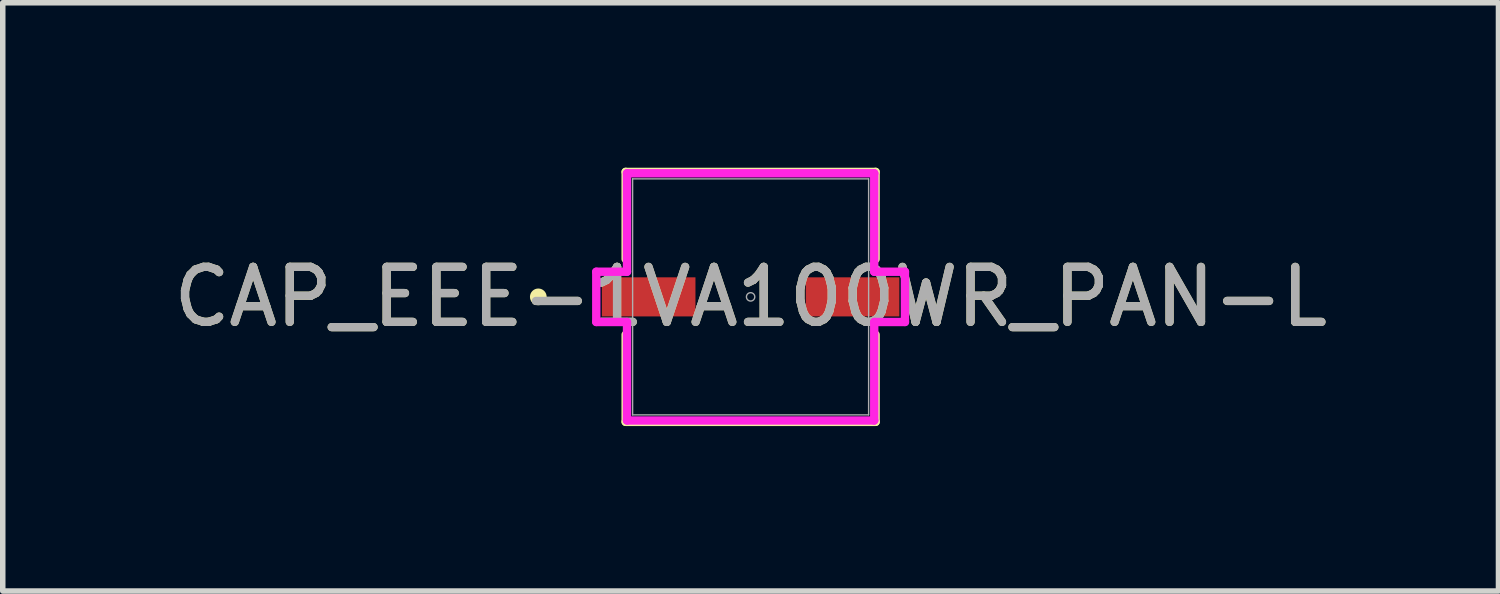
<source format=kicad_pcb>
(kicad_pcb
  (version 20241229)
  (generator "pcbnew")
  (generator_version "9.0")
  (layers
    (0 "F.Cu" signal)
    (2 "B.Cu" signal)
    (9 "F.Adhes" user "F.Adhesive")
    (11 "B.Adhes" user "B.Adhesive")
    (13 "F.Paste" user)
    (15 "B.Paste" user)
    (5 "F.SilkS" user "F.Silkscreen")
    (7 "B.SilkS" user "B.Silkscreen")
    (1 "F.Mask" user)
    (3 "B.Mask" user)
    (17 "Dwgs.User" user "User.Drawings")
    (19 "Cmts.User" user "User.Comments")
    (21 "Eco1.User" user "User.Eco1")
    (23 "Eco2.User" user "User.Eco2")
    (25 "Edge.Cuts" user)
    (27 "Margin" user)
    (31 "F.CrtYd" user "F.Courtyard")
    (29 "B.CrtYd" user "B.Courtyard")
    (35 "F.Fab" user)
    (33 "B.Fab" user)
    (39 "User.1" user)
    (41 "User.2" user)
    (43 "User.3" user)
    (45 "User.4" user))
  (footprint "CAP_EEE-1VA100WR_PAN-L"
    (layer "F.Cu")
    (at 10.601 2.349)
    (property "Reference" "CAP_EEE-1VA100WR_PAN-L" (at 0 0 0) (unlocked yes) (layer "F.SilkS") (effects (font (size 1 1) (thickness 0.15))))
    (attr smd)
    (fp_line (start -2.273 -2.273) (end -2.273 -0.688) (stroke (width 0.152) (type solid)) (layer "F.SilkS"))
    (fp_line (start -2.273 0.688) (end -2.273 2.273) (stroke (width 0.152) (type solid)) (layer "F.SilkS"))
    (fp_line (start -2.273 2.273) (end 2.273 2.273) (stroke (width 0.152) (type solid)) (layer "F.SilkS"))
    (fp_line (start 2.273 -2.273) (end -2.273 -2.273) (stroke (width 0.152) (type solid)) (layer "F.SilkS"))
    (fp_line (start 2.273 -0.688) (end 2.273 -2.273) (stroke (width 0.152) (type solid)) (layer "F.SilkS"))
    (fp_line (start 2.273 2.273) (end 2.273 0.688) (stroke (width 0.152) (type solid)) (layer "F.SilkS"))
    (fp_circle (center -3.861 0) (end -3.785 0) (stroke (width 0.152) (type solid)) (fill no) (layer "F.SilkS"))
    (fp_line (start -2.807 -0.457) (end -2.248 -0.457) (stroke (width 0.152) (type solid)) (layer "F.CrtYd"))
    (fp_line (start -2.807 0.457) (end -2.807 -0.457) (stroke (width 0.152) (type solid)) (layer "F.CrtYd"))
    (fp_line (start -2.807 0.457) (end -2.248 0.457) (stroke (width 0.152) (type solid)) (layer "F.CrtYd"))
    (fp_line (start -2.248 -2.248) (end 2.248 -2.248) (stroke (width 0.152) (type solid)) (layer "F.CrtYd"))
    (fp_line (start -2.248 -0.457) (end -2.248 -2.248) (stroke (width 0.152) (type solid)) (layer "F.CrtYd"))
    (fp_line (start -2.248 2.248) (end -2.248 0.457) (stroke (width 0.152) (type solid)) (layer "F.CrtYd"))
    (fp_line (start 2.248 -2.248) (end 2.248 -0.457) (stroke (width 0.152) (type solid)) (layer "F.CrtYd"))
    (fp_line (start 2.248 0.457) (end 2.248 2.248) (stroke (width 0.152) (type solid)) (layer "F.CrtYd"))
    (fp_line (start 2.248 2.248) (end -2.248 2.248) (stroke (width 0.152) (type solid)) (layer "F.CrtYd"))
    (fp_line (start 2.807 -0.457) (end 2.248 -0.457) (stroke (width 0.152) (type solid)) (layer "F.CrtYd"))
    (fp_line (start 2.807 -0.457) (end 2.807 0.457) (stroke (width 0.152) (type solid)) (layer "F.CrtYd"))
    (fp_line (start 2.807 0.457) (end 2.248 0.457) (stroke (width 0.152) (type solid)) (layer "F.CrtYd"))
    (fp_line (start -2.146 -2.146) (end -2.146 2.146) (stroke (width 0.025) (type solid)) (layer "F.Fab"))
    (fp_line (start -2.146 2.146) (end 2.146 2.146) (stroke (width 0.025) (type solid)) (layer "F.Fab"))
    (fp_line (start 2.146 -2.146) (end -2.146 -2.146) (stroke (width 0.025) (type solid)) (layer "F.Fab"))
    (fp_line (start 2.146 2.146) (end 2.146 -2.146) (stroke (width 0.025) (type solid)) (layer "F.Fab"))
    (fp_circle (center 0 0) (end 0.076 0) (stroke (width 0.025) (type solid)) (fill no) (layer "F.Fab"))
    (fp_text user "${REFERENCE}" (at 0 0 0) (unlocked yes) (layer "F.Fab") (effects (font (size 1 1) (thickness 0.15))))
    (pad "1" smd rect (at -1.854 0) (size 1.702 0.711) (layers "F.Cu" "F.Mask" "F.Paste"))
    (pad "2" smd rect (at 1.854 0) (size 1.702 0.711) (layers "F.Cu" "F.Mask" "F.Paste")))
  (gr_rect
    (start -3 -3)
    (end 24.202 7.699)
    (stroke (width 0.1) (type default))
    (fill no)
    (layer "Edge.Cuts")))
</source>
